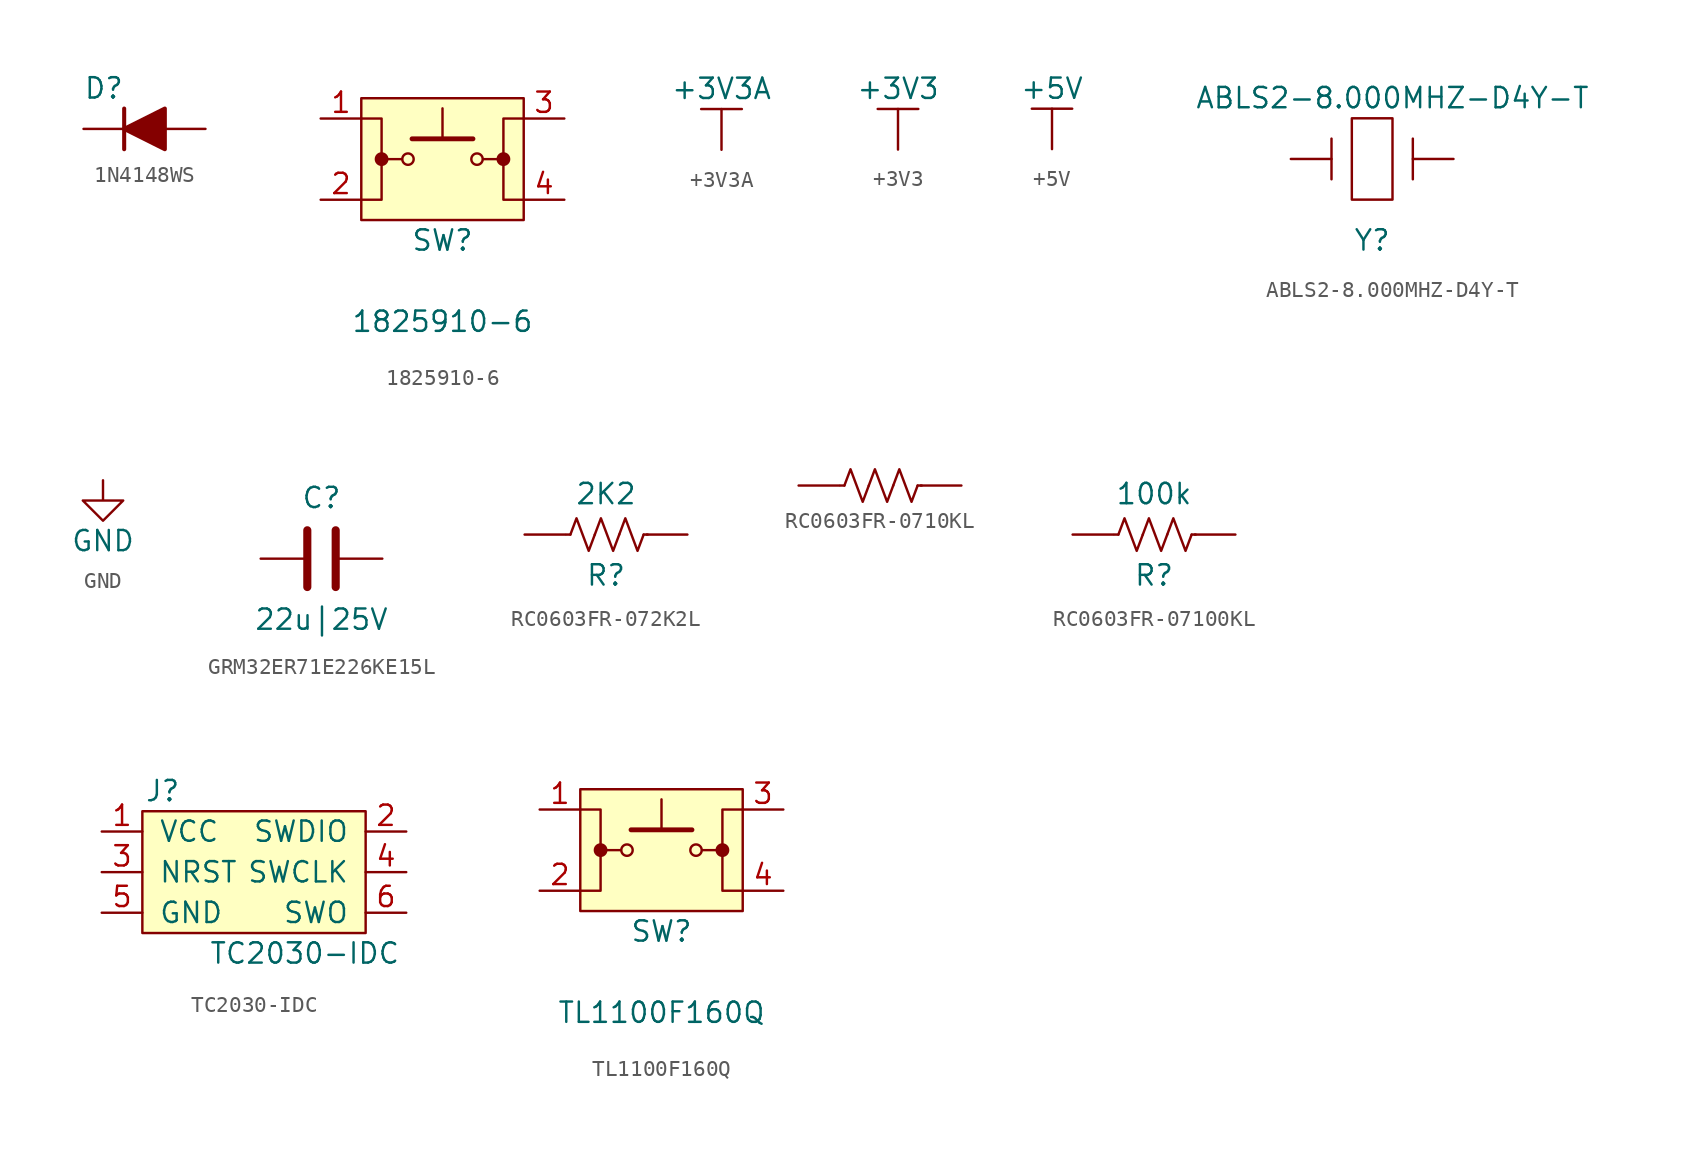
<source format=kicad_sym>
(kicad_symbol_lib
  (version 20220914)
  (generator kicad_symbol_editor)
  (symbol "1N4148WS"
    (pin_numbers hide)
    (pin_names
      (offset 1.016) hide)
    (property "Reference" "D"
      (at -2.54 2.54 0)
      (effects (font (size 1.27 1.27))))
    (symbol "1N4148WS_0_1"
      (polyline (pts (xy -1.27 1.27) (xy -1.27 -1.27)) (stroke (width 0.254) (type default)) (fill (type none)))
      (polyline (pts (xy 1.27 0) (xy -1.27 0)) (stroke (width 0) (type default)) (fill (type none))))
    (symbol "1N4148WS_1_1"
      (polyline (pts (xy 1.27 1.27) (xy 1.27 -1.27) (xy -1.27 0) (xy 1.27 1.27)) (stroke (width 0.254) (type default)) (fill (type outline)))
      (pin passive line (at -3.81 0 0) (length 2.54) (name "K" (effects (font (size 1.27 1.27)))) (number "1" (effects (font (size 1.27 1.27)))))
      (pin passive line (at 3.81 0 180) (length 2.54) (name "A" (effects (font (size 1.27 1.27)))) (number "2" (effects (font (size 1.27 1.27)))))))
  (symbol "1825910-6"
    (pin_names
      (offset 1.016) hide)
    (property "Reference" "SW"
      (at 0 -5.08 0)
      (effects (font (size 1.27 1.27))))
    (property "Value" "1825910-6"
      (at 0 -10.16 0)
      (effects (font (size 1.27 1.27))))
    (symbol "1825910-6_0_1"
      (rectangle (start -5.08 3.81) (end 5.08 -3.81) (stroke (width 0) (type solid)) (fill (type background)))
      (circle (center -3.81 0) (radius 0.356) (stroke (width 0) (type solid)) (fill (type outline)))
      (circle (center -2.159 0) (radius 0.356) (stroke (width 0) (type solid)) (fill (type none)))
      (polyline (pts (xy -3.81 0) (xy -2.54 0)) (stroke (width 0) (type solid)) (fill (type none)))
      (polyline (pts (xy -1.905 1.27) (xy 1.905 1.27)) (stroke (width 0.305) (type solid)) (fill (type none)))
      (polyline (pts (xy 0 1.27) (xy 0 3.175)) (stroke (width 0) (type solid)) (fill (type none)))
      (polyline (pts (xy 2.54 0) (xy 3.81 0)) (stroke (width 0) (type solid)) (fill (type none)))
      (polyline (pts (xy -5.08 2.54) (xy -3.81 2.54) (xy -3.81 -2.54) (xy -5.08 -2.54)) (stroke (width 0) (type solid)) (fill (type none)))
      (polyline (pts (xy 5.08 2.54) (xy 3.81 2.54) (xy 3.81 -2.54) (xy 5.08 -2.54)) (stroke (width 0) (type solid)) (fill (type none)))
      (circle (center 2.159 0) (radius 0.356) (stroke (width 0) (type solid)) (fill (type none)))
      (circle (center 3.81 0) (radius 0.356) (stroke (width 0) (type solid)) (fill (type outline))))
    (symbol "1825910-6_1_1"
      (pin passive line (at -7.62 2.54 0) (length 2.54) (name "1" (effects (font (size 1.27 1.27)))) (number "1" (effects (font (size 1.27 1.27)))))
      (pin passive line (at -7.62 -2.54 0) (length 2.54) (name "2" (effects (font (size 1.27 1.27)))) (number "2" (effects (font (size 1.27 1.27)))))
      (pin passive line (at 7.62 2.54 180) (length 2.54) (name "3" (effects (font (size 1.27 1.27)))) (number "3" (effects (font (size 1.27 1.27)))))
      (pin passive line (at 7.62 -2.54 180) (length 2.54) (name "4" (effects (font (size 1.27 1.27)))) (number "4" (effects (font (size 1.27 1.27)))))))
  (symbol "+3V3A"
    (power)
    (pin_numbers hide)
    (pin_names
      (offset 1.016) hide)
    (property "Reference" "#PWR"
      (at 0 -10.16 0)
      (effects (font (size 1.27 1.27)) hide))
    (property "Value" "+3V3A"
      (at 0 3.81 0)
      (effects (font (size 1.27 1.27))))
    (symbol "+3V3A_0_1"
      (polyline (pts (xy -1.27 2.54) (xy 1.27 2.54)) (stroke (width 0) (type solid)) (fill (type none)))
      (polyline (pts (xy 0 0) (xy 0 2.54)) (stroke (width 0) (type solid)) (fill (type none))))
    (symbol "+3V3A_1_1"
      (pin power_in line (at 0 0 90) (length 0) hide (name "+3V3A" (effects (font (size 1.27 1.27)))) (number "1" (effects (font (size 1.27 1.27)))))))
  (symbol "+3V3"
    (power)
    (pin_numbers hide)
    (pin_names
      (offset 1.016) hide)
    (property "Reference" "#PWR"
      (at 0 -10.16 0)
      (effects (font (size 1.27 1.27)) hide))
    (property "Value" "+3V3"
      (at 0 3.81 0)
      (effects (font (size 1.27 1.27))))
    (symbol "+3V3_0_1"
      (polyline (pts (xy -1.27 2.54) (xy 1.27 2.54)) (stroke (width 0) (type solid)) (fill (type none)))
      (polyline (pts (xy 0 0) (xy 0 2.54)) (stroke (width 0) (type solid)) (fill (type none))))
    (symbol "+3V3_1_1"
      (pin power_in line (at 0 0 90) (length 0) hide (name "+3V3" (effects (font (size 1.27 1.27)))) (number "1" (effects (font (size 1.27 1.27)))))))
  (symbol "+5V"
    (power)
    (pin_numbers hide)
    (pin_names
      (offset 1.016) hide)
    (property "Reference" "#PWR"
      (at 0 -10.16 0)
      (effects (font (size 1.27 1.27)) hide))
    (property "Value" "+5V"
      (at 0 3.81 0)
      (effects (font (size 1.27 1.27))))
    (symbol "+5V_0_1"
      (polyline (pts (xy -1.27 2.54) (xy 1.27 2.54)) (stroke (width 0) (type solid)) (fill (type none)))
      (polyline (pts (xy 0 0) (xy 0 2.54)) (stroke (width 0) (type solid)) (fill (type none))))
    (symbol "+5V_1_1"
      (pin power_in line (at 0 0 90) (length 0) hide (name "+5V" (effects (font (size 1.27 1.27)))) (number "1" (effects (font (size 1.27 1.27)))))))
  (symbol "ABLS2-8.000MHZ-D4Y-T"
    (pin_numbers hide)
    (pin_names
      (offset 1.016))
    (property "Reference" "Y"
      (at 0 -5.08 0)
      (effects (font (size 1.27 1.27))))
    (property "Value" "ABLS2-8.000MHZ-D4Y-T"
      (at 1.27 3.81 0)
      (effects (font (size 1.27 1.27))))
    (symbol "ABLS2-8.000MHZ-D4Y-T_0_1"
      (rectangle (start -1.27 2.54) (end 1.27 -2.54) (stroke (width 0) (type solid)) (fill (type none)))
      (polyline (pts (xy -2.54 1.27) (xy -2.54 -1.27)) (stroke (width 0) (type solid)) (fill (type none)))
      (polyline (pts (xy 2.54 1.27) (xy 2.54 -1.27)) (stroke (width 0) (type solid)) (fill (type none))))
    (symbol "ABLS2-8.000MHZ-D4Y-T_1_1"
      (pin passive line (at -5.08 0 0) (length 2.54) (name "~" (effects (font (size 1.27 1.27)))) (number "1" (effects (font (size 1.27 1.27)))))
      (pin passive line (at 5.08 0 180) (length 2.54) (name "~" (effects (font (size 1.27 1.27)))) (number "2" (effects (font (size 1.27 1.27)))))))
  (symbol "GND"
    (power)
    (pin_numbers hide)
    (pin_names
      (offset 0) hide)
    (property "Reference" "#PWR"
      (at 0 -6.35 0)
      (effects (font (size 1.27 1.27)) hide))
    (property "Value" "GND"
      (at 0 -3.81 0)
      (effects (font (size 1.27 1.27))))
    (symbol "GND_0_1"
      (polyline (pts (xy 0 0) (xy 0 -1.27) (xy 1.27 -1.27) (xy 0 -2.54) (xy -1.27 -1.27) (xy 0 -1.27)) (stroke (width 0) (type solid)) (fill (type none))))
    (symbol "GND_1_1"
      (pin power_in line (at 0 0 270) (length 0) hide (name "GND" (effects (font (size 1.27 1.27)))) (number "1" (effects (font (size 1.27 1.27)))))))
  (symbol "GRM32ER71E226KE15L"
    (pin_numbers hide)
    (pin_names
      (offset 1.016))
    (property "Reference" "C"
      (at 0 3.81 0)
      (effects (font (size 1.27 1.27))))
    (property "Value" "22u|25V"
      (at 0 -3.81 0)
      (effects (font (size 1.27 1.27))))
    (symbol "GRM32ER71E226KE15L_0_1"
      (rectangle (start -0.889 1.778) (end -0.889 -1.778) (stroke (width 0.508) (type solid)) (fill (type none)))
      (rectangle (start 0.889 1.778) (end 0.889 -1.778) (stroke (width 0.508) (type solid)) (fill (type none))))
    (symbol "GRM32ER71E226KE15L_1_1"
      (pin passive line (at -3.81 0 0) (length 2.794) (name "~" (effects (font (size 1.27 1.27)))) (number "1" (effects (font (size 1.27 1.27)))))
      (pin passive line (at 3.81 0 180) (length 2.794) (name "~" (effects (font (size 1.27 1.27)))) (number "2" (effects (font (size 1.27 1.27)))))))
  (symbol "RC0603FR-072K2L"
    (pin_numbers hide)
    (pin_names
      (offset 1.016))
    (property "Reference" "R"
      (at 0 -2.54 0)
      (effects (font (size 1.27 1.27))))
    (property "Value" "2K2"
      (at 0 2.54 0)
      (effects (font (size 1.27 1.27))))
    (symbol "RC0603FR-072K2L_0_1"
      (polyline (pts (xy -2.223 0) (xy -2.477 0)) (stroke (width 0) (type default)) (fill (type none)))
      (polyline (pts (xy 2.349 0) (xy 2.603 0)) (stroke (width 0) (type default)) (fill (type none)))
      (polyline (pts (xy -2.223 0) (xy -1.841 1.016) (xy -1.46 0) (xy -1.079 -1.016) (xy -0.699 0)) (stroke (width 0) (type default)) (fill (type none)))
      (polyline (pts (xy -0.699 0) (xy -0.318 1.016) (xy 0.064 0) (xy 0.445 -1.016) (xy 0.826 0)) (stroke (width 0) (type default)) (fill (type none)))
      (polyline (pts (xy 0.826 0) (xy 1.206 1.016) (xy 1.587 0) (xy 1.968 -1.016) (xy 2.349 0)) (stroke (width 0) (type default)) (fill (type none))))
    (symbol "RC0603FR-072K2L_1_1"
      (pin passive line (at -5.08 0 0) (length 2.54) (name "~" (effects (font (size 1.27 1.27)))) (number "1" (effects (font (size 1.27 1.27)))))
      (pin passive line (at 5.08 0 180) (length 2.54) (name "~" (effects (font (size 1.27 1.27)))) (number "2" (effects (font (size 1.27 1.27)))))))
  (symbol "RC0603FR-0710KL"
    (pin_numbers hide)
    (pin_names
      (offset 1.016))
    (property "Reference" "R"
      (at 0 -2.54 0)
      (effects (font (size 1.27 1.27)) hide))
    (symbol "RC0603FR-0710KL_0_1"
      (polyline (pts (xy -2.223 0) (xy -2.477 0)) (stroke (width 0) (type default)) (fill (type none)))
      (polyline (pts (xy 2.349 0) (xy 2.603 0)) (stroke (width 0) (type default)) (fill (type none)))
      (polyline (pts (xy -2.223 0) (xy -1.841 1.016) (xy -1.46 0) (xy -1.079 -1.016) (xy -0.699 0)) (stroke (width 0) (type default)) (fill (type none)))
      (polyline (pts (xy -0.699 0) (xy -0.318 1.016) (xy 0.064 0) (xy 0.445 -1.016) (xy 0.826 0)) (stroke (width 0) (type default)) (fill (type none)))
      (polyline (pts (xy 0.826 0) (xy 1.206 1.016) (xy 1.587 0) (xy 1.968 -1.016) (xy 2.349 0)) (stroke (width 0) (type default)) (fill (type none))))
    (symbol "RC0603FR-0710KL_1_1"
      (pin passive line (at -5.08 0 0) (length 2.54) (name "~" (effects (font (size 1.27 1.27)))) (number "1" (effects (font (size 1.27 1.27)))))
      (pin passive line (at 5.08 0 180) (length 2.54) (name "~" (effects (font (size 1.27 1.27)))) (number "2" (effects (font (size 1.27 1.27)))))))
  (symbol "RC0603FR-07100KL"
    (pin_numbers hide)
    (pin_names
      (offset 1.016))
    (property "Reference" "R"
      (at 0 -2.54 0)
      (effects (font (size 1.27 1.27))))
    (property "Value" "100k"
      (at 0 2.54 0)
      (effects (font (size 1.27 1.27))))
    (symbol "RC0603FR-07100KL_0_1"
      (polyline (pts (xy -2.223 0) (xy -2.477 0)) (stroke (width 0) (type default)) (fill (type none)))
      (polyline (pts (xy 2.349 0) (xy 2.603 0)) (stroke (width 0) (type default)) (fill (type none)))
      (polyline (pts (xy -2.223 0) (xy -1.841 1.016) (xy -1.46 0) (xy -1.079 -1.016) (xy -0.699 0)) (stroke (width 0) (type default)) (fill (type none)))
      (polyline (pts (xy -0.699 0) (xy -0.318 1.016) (xy 0.064 0) (xy 0.445 -1.016) (xy 0.826 0)) (stroke (width 0) (type default)) (fill (type none)))
      (polyline (pts (xy 0.826 0) (xy 1.206 1.016) (xy 1.587 0) (xy 1.968 -1.016) (xy 2.349 0)) (stroke (width 0) (type default)) (fill (type none))))
    (symbol "RC0603FR-07100KL_1_1"
      (pin passive line (at -5.08 0 0) (length 2.54) (name "~" (effects (font (size 1.27 1.27)))) (number "1" (effects (font (size 1.27 1.27)))))
      (pin passive line (at 5.08 0 180) (length 2.54) (name "~" (effects (font (size 1.27 1.27)))) (number "2" (effects (font (size 1.27 1.27)))))))
  (symbol "TC2030-IDC"
    (pin_names
      (offset 1.016))
    (property "Reference" "J"
      (at -5.08 5.08 0)
      (effects (font (size 1.27 1.27))))
    (property "Value" "TC2030-IDC"
      (at 3.81 -5.08 0)
      (effects (font (size 1.27 1.27))))
    (symbol "TC2030-IDC_0_1"
      (rectangle (start -6.35 3.81) (end 7.62 -3.81) (stroke (width 0) (type solid)) (fill (type background))))
    (symbol "TC2030-IDC_1_1"
      (pin passive line (at -8.89 2.54 0) (length 2.54) (name "VCC" (effects (font (size 1.27 1.27)))) (number "1" (effects (font (size 1.27 1.27)))))
      (pin passive line (at 10.16 2.54 180) (length 2.54) (name "SWDIO" (effects (font (size 1.27 1.27)))) (number "2" (effects (font (size 1.27 1.27)))))
      (pin passive line (at -8.89 0 0) (length 2.54) (name "NRST" (effects (font (size 1.27 1.27)))) (number "3" (effects (font (size 1.27 1.27)))))
      (pin passive line (at 10.16 0 180) (length 2.54) (name "SWCLK" (effects (font (size 1.27 1.27)))) (number "4" (effects (font (size 1.27 1.27)))))
      (pin passive line (at -8.89 -2.54 0) (length 2.54) (name "GND" (effects (font (size 1.27 1.27)))) (number "5" (effects (font (size 1.27 1.27)))))
      (pin passive line (at 10.16 -2.54 180) (length 2.54) (name "SWO" (effects (font (size 1.27 1.27)))) (number "6" (effects (font (size 1.27 1.27)))))))
  (symbol "TL1100F160Q"
    (pin_names
      (offset 1.016) hide)
    (property "Reference" "SW"
      (at 0 -5.08 0)
      (effects (font (size 1.27 1.27))))
    (property "Value" "TL1100F160Q"
      (at 0 -10.16 0)
      (effects (font (size 1.27 1.27))))
    (symbol "TL1100F160Q_0_1"
      (rectangle (start -5.08 3.81) (end 5.08 -3.81) (stroke (width 0) (type solid)) (fill (type background)))
      (circle (center -3.81 0) (radius 0.356) (stroke (width 0) (type solid)) (fill (type outline)))
      (circle (center -2.159 0) (radius 0.356) (stroke (width 0) (type solid)) (fill (type none)))
      (polyline (pts (xy -3.81 0) (xy -2.54 0)) (stroke (width 0) (type solid)) (fill (type none)))
      (polyline (pts (xy -1.905 1.27) (xy 1.905 1.27)) (stroke (width 0.305) (type solid)) (fill (type none)))
      (polyline (pts (xy 0 1.27) (xy 0 3.175)) (stroke (width 0) (type solid)) (fill (type none)))
      (polyline (pts (xy 2.54 0) (xy 3.81 0)) (stroke (width 0) (type solid)) (fill (type none)))
      (polyline (pts (xy -5.08 2.54) (xy -3.81 2.54) (xy -3.81 -2.54) (xy -5.08 -2.54)) (stroke (width 0) (type solid)) (fill (type none)))
      (polyline (pts (xy 5.08 2.54) (xy 3.81 2.54) (xy 3.81 -2.54) (xy 5.08 -2.54)) (stroke (width 0) (type solid)) (fill (type none)))
      (circle (center 2.159 0) (radius 0.356) (stroke (width 0) (type solid)) (fill (type none)))
      (circle (center 3.81 0) (radius 0.356) (stroke (width 0) (type solid)) (fill (type outline))))
    (symbol "TL1100F160Q_1_1"
      (pin passive line (at -7.62 2.54 0) (length 2.54) (name "1" (effects (font (size 1.27 1.27)))) (number "1" (effects (font (size 1.27 1.27)))))
      (pin passive line (at -7.62 -2.54 0) (length 2.54) (name "2" (effects (font (size 1.27 1.27)))) (number "2" (effects (font (size 1.27 1.27)))))
      (pin passive line (at 7.62 2.54 180) (length 2.54) (name "3" (effects (font (size 1.27 1.27)))) (number "3" (effects (font (size 1.27 1.27)))))
      (pin passive line (at 7.62 -2.54 180) (length 2.54) (name "4" (effects (font (size 1.27 1.27)))) (number "4" (effects (font (size 1.27 1.27))))))))
</source>
